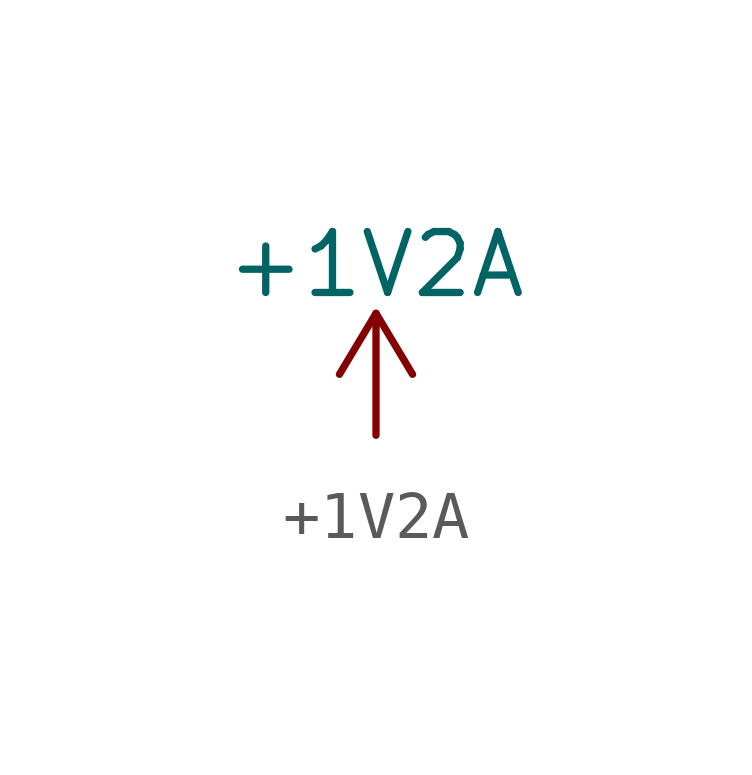
<source format=kicad_sym>
(kicad_symbol_lib
  (version 20241209)
  (generator "kicad_symbol_editor")
  (generator_version "9.0")
  (symbol "+1V2A"
    (power)
    (pin_names
      (offset 0))
    (property "Reference" "#PWR"
      (at 0 -3.81 0)
      (effects (font (size 1.27 1.27)) (hide yes)))
    (property "Value" "+1V2A"
      (at 0 3.556 0)
      (effects (font (size 1.27 1.27))))
    (symbol "+1V2A_0_1"
      (polyline (pts (xy -0.762 1.27) (xy 0 2.54)) (stroke (width 0) (type default)) (fill (type none)))
      (polyline (pts (xy 0 2.54) (xy 0.762 1.27)) (stroke (width 0) (type default)) (fill (type none)))
      (polyline (pts (xy 0 0) (xy 0 2.54)) (stroke (width 0) (type default)) (fill (type none))))
    (symbol "+1V2A_1_1"
      (pin power_in line (at 0 0 90) (length 0) (hide yes) (name "+1V2A" (effects (font (size 1.27 1.27)))) (number "1" (effects (font (size 1.27 1.27))))))))
</source>
